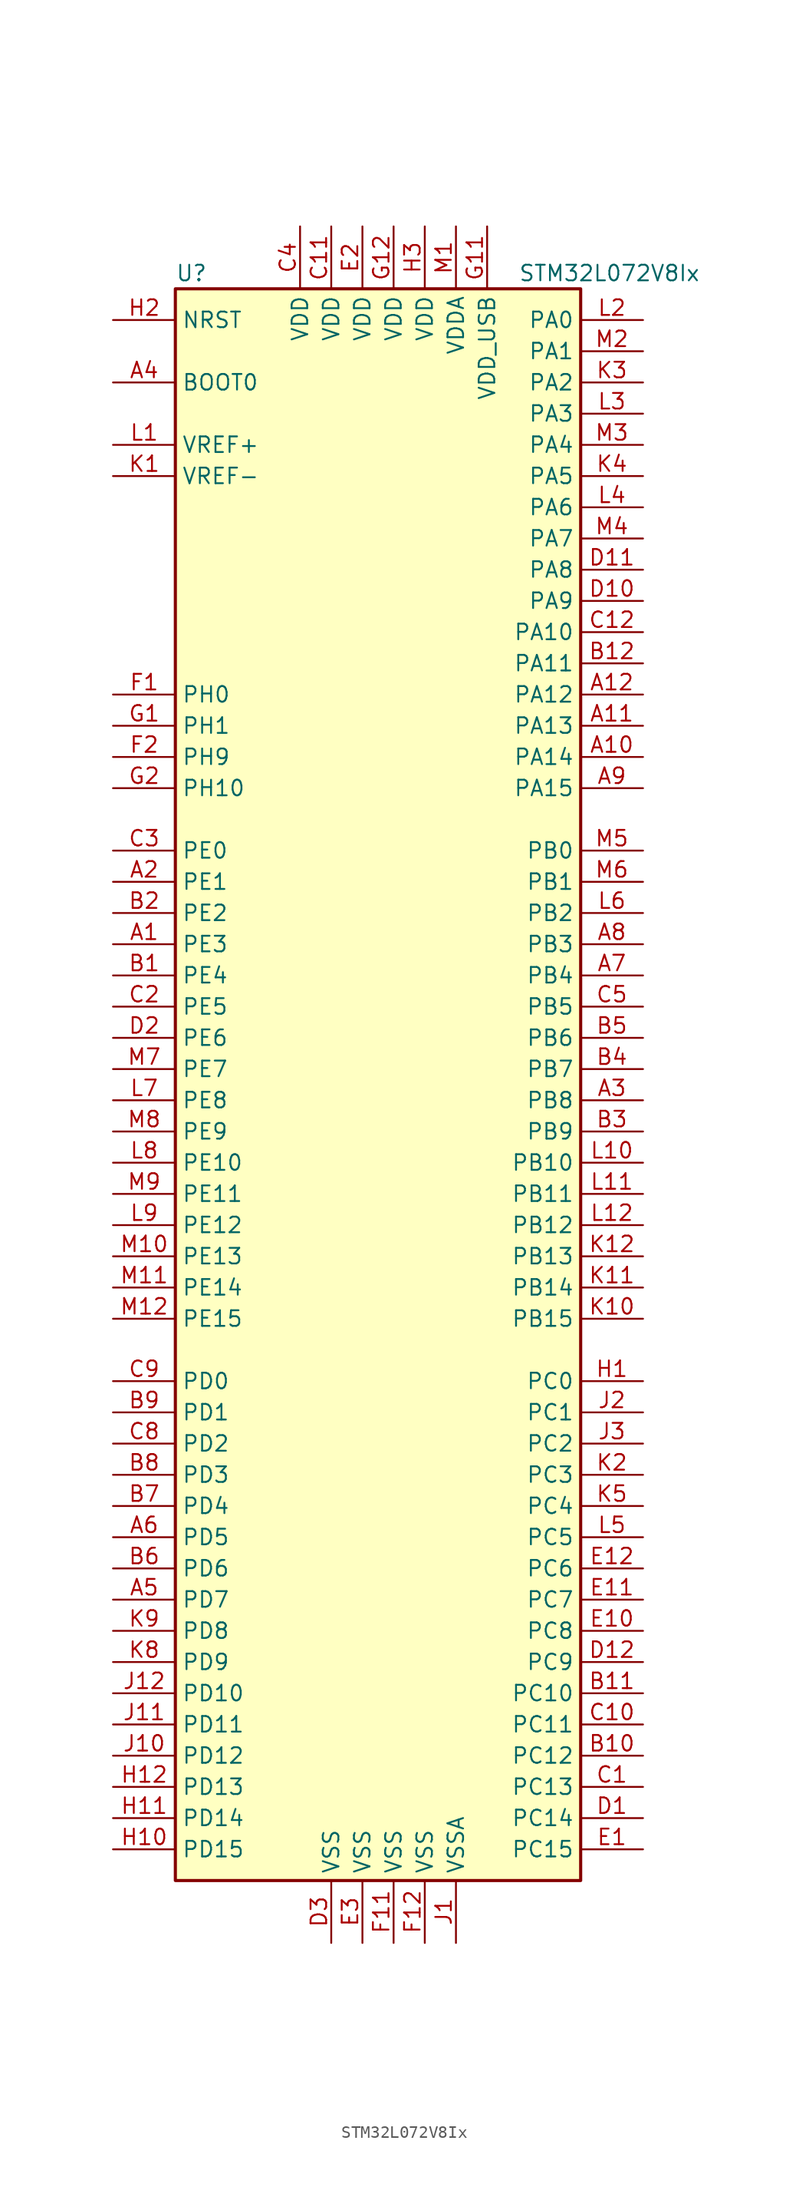
<source format=kicad_sym>
(kicad_symbol_lib
  (version 20201005)
  (generator kicad_symbol_editor)
  (symbol "MCU_ST_STM32L0:STM32L072V8Ix"
    (property "Reference" "U"
      (at -17.78 64.77 0)
      (effects (font (size 1.27 1.27)) (justify left)))
    (property "Value" "STM32L072V8Ix"
      (at 10.16 64.77 0)
      (effects (font (size 1.27 1.27)) (justify left)))
    (symbol "STM32L072V8Ix_0_1"
      (rectangle (start -17.78 -66.04) (end 15.24 63.5) (stroke (width 0.254)) (fill (type background))))
    (symbol "STM32L072V8Ix_1_1"
      (pin input line (at -22.86 55.88 0) (length 5.08) (name "BOOT0" (effects (font (size 1.27 1.27)))) (number "A4" (effects (font (size 1.27 1.27)))))
      (pin input line (at -22.86 60.96 0) (length 5.08) (name "NRST" (effects (font (size 1.27 1.27)))) (number "H2" (effects (font (size 1.27 1.27)))))
      (pin bidirectional line (at 20.32 60.96 180) (length 5.08) (name "PA0" (effects (font (size 1.27 1.27)))) (number "L2" (effects (font (size 1.27 1.27)))))
      (pin bidirectional line (at 20.32 58.42 180) (length 5.08) (name "PA1" (effects (font (size 1.27 1.27)))) (number "M2" (effects (font (size 1.27 1.27)))))
      (pin bidirectional line (at 20.32 35.56 180) (length 5.08) (name "PA10" (effects (font (size 1.27 1.27)))) (number "C12" (effects (font (size 1.27 1.27)))))
      (pin bidirectional line (at 20.32 33.02 180) (length 5.08) (name "PA11" (effects (font (size 1.27 1.27)))) (number "B12" (effects (font (size 1.27 1.27)))))
      (pin bidirectional line (at 20.32 30.48 180) (length 5.08) (name "PA12" (effects (font (size 1.27 1.27)))) (number "A12" (effects (font (size 1.27 1.27)))))
      (pin bidirectional line (at 20.32 27.94 180) (length 5.08) (name "PA13" (effects (font (size 1.27 1.27)))) (number "A11" (effects (font (size 1.27 1.27)))))
      (pin bidirectional line (at 20.32 25.4 180) (length 5.08) (name "PA14" (effects (font (size 1.27 1.27)))) (number "A10" (effects (font (size 1.27 1.27)))))
      (pin bidirectional line (at 20.32 22.86 180) (length 5.08) (name "PA15" (effects (font (size 1.27 1.27)))) (number "A9" (effects (font (size 1.27 1.27)))))
      (pin bidirectional line (at 20.32 55.88 180) (length 5.08) (name "PA2" (effects (font (size 1.27 1.27)))) (number "K3" (effects (font (size 1.27 1.27)))))
      (pin bidirectional line (at 20.32 53.34 180) (length 5.08) (name "PA3" (effects (font (size 1.27 1.27)))) (number "L3" (effects (font (size 1.27 1.27)))))
      (pin bidirectional line (at 20.32 50.8 180) (length 5.08) (name "PA4" (effects (font (size 1.27 1.27)))) (number "M3" (effects (font (size 1.27 1.27)))))
      (pin bidirectional line (at 20.32 48.26 180) (length 5.08) (name "PA5" (effects (font (size 1.27 1.27)))) (number "K4" (effects (font (size 1.27 1.27)))))
      (pin bidirectional line (at 20.32 45.72 180) (length 5.08) (name "PA6" (effects (font (size 1.27 1.27)))) (number "L4" (effects (font (size 1.27 1.27)))))
      (pin bidirectional line (at 20.32 43.18 180) (length 5.08) (name "PA7" (effects (font (size 1.27 1.27)))) (number "M4" (effects (font (size 1.27 1.27)))))
      (pin bidirectional line (at 20.32 40.64 180) (length 5.08) (name "PA8" (effects (font (size 1.27 1.27)))) (number "D11" (effects (font (size 1.27 1.27)))))
      (pin bidirectional line (at 20.32 38.1 180) (length 5.08) (name "PA9" (effects (font (size 1.27 1.27)))) (number "D10" (effects (font (size 1.27 1.27)))))
      (pin bidirectional line (at 20.32 17.78 180) (length 5.08) (name "PB0" (effects (font (size 1.27 1.27)))) (number "M5" (effects (font (size 1.27 1.27)))))
      (pin bidirectional line (at 20.32 15.24 180) (length 5.08) (name "PB1" (effects (font (size 1.27 1.27)))) (number "M6" (effects (font (size 1.27 1.27)))))
      (pin bidirectional line (at 20.32 -7.62 180) (length 5.08) (name "PB10" (effects (font (size 1.27 1.27)))) (number "L10" (effects (font (size 1.27 1.27)))))
      (pin bidirectional line (at 20.32 -10.16 180) (length 5.08) (name "PB11" (effects (font (size 1.27 1.27)))) (number "L11" (effects (font (size 1.27 1.27)))))
      (pin bidirectional line (at 20.32 -12.7 180) (length 5.08) (name "PB12" (effects (font (size 1.27 1.27)))) (number "L12" (effects (font (size 1.27 1.27)))))
      (pin bidirectional line (at 20.32 -15.24 180) (length 5.08) (name "PB13" (effects (font (size 1.27 1.27)))) (number "K12" (effects (font (size 1.27 1.27)))))
      (pin bidirectional line (at 20.32 -17.78 180) (length 5.08) (name "PB14" (effects (font (size 1.27 1.27)))) (number "K11" (effects (font (size 1.27 1.27)))))
      (pin bidirectional line (at 20.32 -20.32 180) (length 5.08) (name "PB15" (effects (font (size 1.27 1.27)))) (number "K10" (effects (font (size 1.27 1.27)))))
      (pin bidirectional line (at 20.32 12.7 180) (length 5.08) (name "PB2" (effects (font (size 1.27 1.27)))) (number "L6" (effects (font (size 1.27 1.27)))))
      (pin bidirectional line (at 20.32 10.16 180) (length 5.08) (name "PB3" (effects (font (size 1.27 1.27)))) (number "A8" (effects (font (size 1.27 1.27)))))
      (pin bidirectional line (at 20.32 7.62 180) (length 5.08) (name "PB4" (effects (font (size 1.27 1.27)))) (number "A7" (effects (font (size 1.27 1.27)))))
      (pin bidirectional line (at 20.32 5.08 180) (length 5.08) (name "PB5" (effects (font (size 1.27 1.27)))) (number "C5" (effects (font (size 1.27 1.27)))))
      (pin bidirectional line (at 20.32 2.54 180) (length 5.08) (name "PB6" (effects (font (size 1.27 1.27)))) (number "B5" (effects (font (size 1.27 1.27)))))
      (pin bidirectional line (at 20.32 0 180) (length 5.08) (name "PB7" (effects (font (size 1.27 1.27)))) (number "B4" (effects (font (size 1.27 1.27)))))
      (pin bidirectional line (at 20.32 -2.54 180) (length 5.08) (name "PB8" (effects (font (size 1.27 1.27)))) (number "A3" (effects (font (size 1.27 1.27)))))
      (pin bidirectional line (at 20.32 -5.08 180) (length 5.08) (name "PB9" (effects (font (size 1.27 1.27)))) (number "B3" (effects (font (size 1.27 1.27)))))
      (pin bidirectional line (at 20.32 -25.4 180) (length 5.08) (name "PC0" (effects (font (size 1.27 1.27)))) (number "H1" (effects (font (size 1.27 1.27)))))
      (pin bidirectional line (at 20.32 -27.94 180) (length 5.08) (name "PC1" (effects (font (size 1.27 1.27)))) (number "J2" (effects (font (size 1.27 1.27)))))
      (pin bidirectional line (at 20.32 -50.8 180) (length 5.08) (name "PC10" (effects (font (size 1.27 1.27)))) (number "B11" (effects (font (size 1.27 1.27)))))
      (pin bidirectional line (at 20.32 -53.34 180) (length 5.08) (name "PC11" (effects (font (size 1.27 1.27)))) (number "C10" (effects (font (size 1.27 1.27)))))
      (pin bidirectional line (at 20.32 -55.88 180) (length 5.08) (name "PC12" (effects (font (size 1.27 1.27)))) (number "B10" (effects (font (size 1.27 1.27)))))
      (pin bidirectional line (at 20.32 -58.42 180) (length 5.08) (name "PC13" (effects (font (size 1.27 1.27)))) (number "C1" (effects (font (size 1.27 1.27)))))
      (pin bidirectional line (at 20.32 -60.96 180) (length 5.08) (name "PC14" (effects (font (size 1.27 1.27)))) (number "D1" (effects (font (size 1.27 1.27)))))
      (pin bidirectional line (at 20.32 -63.5 180) (length 5.08) (name "PC15" (effects (font (size 1.27 1.27)))) (number "E1" (effects (font (size 1.27 1.27)))))
      (pin bidirectional line (at 20.32 -30.48 180) (length 5.08) (name "PC2" (effects (font (size 1.27 1.27)))) (number "J3" (effects (font (size 1.27 1.27)))))
      (pin bidirectional line (at 20.32 -33.02 180) (length 5.08) (name "PC3" (effects (font (size 1.27 1.27)))) (number "K2" (effects (font (size 1.27 1.27)))))
      (pin bidirectional line (at 20.32 -35.56 180) (length 5.08) (name "PC4" (effects (font (size 1.27 1.27)))) (number "K5" (effects (font (size 1.27 1.27)))))
      (pin bidirectional line (at 20.32 -38.1 180) (length 5.08) (name "PC5" (effects (font (size 1.27 1.27)))) (number "L5" (effects (font (size 1.27 1.27)))))
      (pin bidirectional line (at 20.32 -40.64 180) (length 5.08) (name "PC6" (effects (font (size 1.27 1.27)))) (number "E12" (effects (font (size 1.27 1.27)))))
      (pin bidirectional line (at 20.32 -43.18 180) (length 5.08) (name "PC7" (effects (font (size 1.27 1.27)))) (number "E11" (effects (font (size 1.27 1.27)))))
      (pin bidirectional line (at 20.32 -45.72 180) (length 5.08) (name "PC8" (effects (font (size 1.27 1.27)))) (number "E10" (effects (font (size 1.27 1.27)))))
      (pin bidirectional line (at 20.32 -48.26 180) (length 5.08) (name "PC9" (effects (font (size 1.27 1.27)))) (number "D12" (effects (font (size 1.27 1.27)))))
      (pin bidirectional line (at -22.86 -25.4 0) (length 5.08) (name "PD0" (effects (font (size 1.27 1.27)))) (number "C9" (effects (font (size 1.27 1.27)))))
      (pin bidirectional line (at -22.86 -27.94 0) (length 5.08) (name "PD1" (effects (font (size 1.27 1.27)))) (number "B9" (effects (font (size 1.27 1.27)))))
      (pin bidirectional line (at -22.86 -50.8 0) (length 5.08) (name "PD10" (effects (font (size 1.27 1.27)))) (number "J12" (effects (font (size 1.27 1.27)))))
      (pin bidirectional line (at -22.86 -53.34 0) (length 5.08) (name "PD11" (effects (font (size 1.27 1.27)))) (number "J11" (effects (font (size 1.27 1.27)))))
      (pin bidirectional line (at -22.86 -55.88 0) (length 5.08) (name "PD12" (effects (font (size 1.27 1.27)))) (number "J10" (effects (font (size 1.27 1.27)))))
      (pin bidirectional line (at -22.86 -58.42 0) (length 5.08) (name "PD13" (effects (font (size 1.27 1.27)))) (number "H12" (effects (font (size 1.27 1.27)))))
      (pin bidirectional line (at -22.86 -60.96 0) (length 5.08) (name "PD14" (effects (font (size 1.27 1.27)))) (number "H11" (effects (font (size 1.27 1.27)))))
      (pin bidirectional line (at -22.86 -63.5 0) (length 5.08) (name "PD15" (effects (font (size 1.27 1.27)))) (number "H10" (effects (font (size 1.27 1.27)))))
      (pin bidirectional line (at -22.86 -30.48 0) (length 5.08) (name "PD2" (effects (font (size 1.27 1.27)))) (number "C8" (effects (font (size 1.27 1.27)))))
      (pin bidirectional line (at -22.86 -33.02 0) (length 5.08) (name "PD3" (effects (font (size 1.27 1.27)))) (number "B8" (effects (font (size 1.27 1.27)))))
      (pin bidirectional line (at -22.86 -35.56 0) (length 5.08) (name "PD4" (effects (font (size 1.27 1.27)))) (number "B7" (effects (font (size 1.27 1.27)))))
      (pin bidirectional line (at -22.86 -38.1 0) (length 5.08) (name "PD5" (effects (font (size 1.27 1.27)))) (number "A6" (effects (font (size 1.27 1.27)))))
      (pin bidirectional line (at -22.86 -40.64 0) (length 5.08) (name "PD6" (effects (font (size 1.27 1.27)))) (number "B6" (effects (font (size 1.27 1.27)))))
      (pin bidirectional line (at -22.86 -43.18 0) (length 5.08) (name "PD7" (effects (font (size 1.27 1.27)))) (number "A5" (effects (font (size 1.27 1.27)))))
      (pin bidirectional line (at -22.86 -45.72 0) (length 5.08) (name "PD8" (effects (font (size 1.27 1.27)))) (number "K9" (effects (font (size 1.27 1.27)))))
      (pin bidirectional line (at -22.86 -48.26 0) (length 5.08) (name "PD9" (effects (font (size 1.27 1.27)))) (number "K8" (effects (font (size 1.27 1.27)))))
      (pin bidirectional line (at -22.86 17.78 0) (length 5.08) (name "PE0" (effects (font (size 1.27 1.27)))) (number "C3" (effects (font (size 1.27 1.27)))))
      (pin bidirectional line (at -22.86 15.24 0) (length 5.08) (name "PE1" (effects (font (size 1.27 1.27)))) (number "A2" (effects (font (size 1.27 1.27)))))
      (pin bidirectional line (at -22.86 -7.62 0) (length 5.08) (name "PE10" (effects (font (size 1.27 1.27)))) (number "L8" (effects (font (size 1.27 1.27)))))
      (pin bidirectional line (at -22.86 -10.16 0) (length 5.08) (name "PE11" (effects (font (size 1.27 1.27)))) (number "M9" (effects (font (size 1.27 1.27)))))
      (pin bidirectional line (at -22.86 -12.7 0) (length 5.08) (name "PE12" (effects (font (size 1.27 1.27)))) (number "L9" (effects (font (size 1.27 1.27)))))
      (pin bidirectional line (at -22.86 -15.24 0) (length 5.08) (name "PE13" (effects (font (size 1.27 1.27)))) (number "M10" (effects (font (size 1.27 1.27)))))
      (pin bidirectional line (at -22.86 -17.78 0) (length 5.08) (name "PE14" (effects (font (size 1.27 1.27)))) (number "M11" (effects (font (size 1.27 1.27)))))
      (pin bidirectional line (at -22.86 -20.32 0) (length 5.08) (name "PE15" (effects (font (size 1.27 1.27)))) (number "M12" (effects (font (size 1.27 1.27)))))
      (pin bidirectional line (at -22.86 12.7 0) (length 5.08) (name "PE2" (effects (font (size 1.27 1.27)))) (number "B2" (effects (font (size 1.27 1.27)))))
      (pin bidirectional line (at -22.86 10.16 0) (length 5.08) (name "PE3" (effects (font (size 1.27 1.27)))) (number "A1" (effects (font (size 1.27 1.27)))))
      (pin bidirectional line (at -22.86 7.62 0) (length 5.08) (name "PE4" (effects (font (size 1.27 1.27)))) (number "B1" (effects (font (size 1.27 1.27)))))
      (pin bidirectional line (at -22.86 5.08 0) (length 5.08) (name "PE5" (effects (font (size 1.27 1.27)))) (number "C2" (effects (font (size 1.27 1.27)))))
      (pin bidirectional line (at -22.86 2.54 0) (length 5.08) (name "PE6" (effects (font (size 1.27 1.27)))) (number "D2" (effects (font (size 1.27 1.27)))))
      (pin bidirectional line (at -22.86 0 0) (length 5.08) (name "PE7" (effects (font (size 1.27 1.27)))) (number "M7" (effects (font (size 1.27 1.27)))))
      (pin bidirectional line (at -22.86 -2.54 0) (length 5.08) (name "PE8" (effects (font (size 1.27 1.27)))) (number "L7" (effects (font (size 1.27 1.27)))))
      (pin bidirectional line (at -22.86 -5.08 0) (length 5.08) (name "PE9" (effects (font (size 1.27 1.27)))) (number "M8" (effects (font (size 1.27 1.27)))))
      (pin input line (at -22.86 30.48 0) (length 5.08) (name "PH0" (effects (font (size 1.27 1.27)))) (number "F1" (effects (font (size 1.27 1.27)))))
      (pin input line (at -22.86 27.94 0) (length 5.08) (name "PH1" (effects (font (size 1.27 1.27)))) (number "G1" (effects (font (size 1.27 1.27)))))
      (pin bidirectional line (at -22.86 22.86 0) (length 5.08) (name "PH10" (effects (font (size 1.27 1.27)))) (number "G2" (effects (font (size 1.27 1.27)))))
      (pin bidirectional line (at -22.86 25.4 0) (length 5.08) (name "PH9" (effects (font (size 1.27 1.27)))) (number "F2" (effects (font (size 1.27 1.27)))))
      (pin power_in line (at -5.08 68.58 270) (length 5.08) (name "VDD" (effects (font (size 1.27 1.27)))) (number "C11" (effects (font (size 1.27 1.27)))))
      (pin power_in line (at -7.62 68.58 270) (length 5.08) (name "VDD" (effects (font (size 1.27 1.27)))) (number "C4" (effects (font (size 1.27 1.27)))))
      (pin power_in line (at -2.54 68.58 270) (length 5.08) (name "VDD" (effects (font (size 1.27 1.27)))) (number "E2" (effects (font (size 1.27 1.27)))))
      (pin power_in line (at 0 68.58 270) (length 5.08) (name "VDD" (effects (font (size 1.27 1.27)))) (number "G12" (effects (font (size 1.27 1.27)))))
      (pin power_in line (at 2.54 68.58 270) (length 5.08) (name "VDD" (effects (font (size 1.27 1.27)))) (number "H3" (effects (font (size 1.27 1.27)))))
      (pin power_in line (at 5.08 68.58 270) (length 5.08) (name "VDDA" (effects (font (size 1.27 1.27)))) (number "M1" (effects (font (size 1.27 1.27)))))
      (pin power_in line (at 7.62 68.58 270) (length 5.08) (name "VDD_USB" (effects (font (size 1.27 1.27)))) (number "G11" (effects (font (size 1.27 1.27)))))
      (pin power_in line (at -22.86 50.8 0) (length 5.08) (name "VREF+" (effects (font (size 1.27 1.27)))) (number "L1" (effects (font (size 1.27 1.27)))))
      (pin power_in line (at -22.86 48.26 0) (length 5.08) (name "VREF-" (effects (font (size 1.27 1.27)))) (number "K1" (effects (font (size 1.27 1.27)))))
      (pin power_in line (at -5.08 -71.12 90) (length 5.08) (name "VSS" (effects (font (size 1.27 1.27)))) (number "D3" (effects (font (size 1.27 1.27)))))
      (pin power_in line (at -2.54 -71.12 90) (length 5.08) (name "VSS" (effects (font (size 1.27 1.27)))) (number "E3" (effects (font (size 1.27 1.27)))))
      (pin power_in line (at 0 -71.12 90) (length 5.08) (name "VSS" (effects (font (size 1.27 1.27)))) (number "F11" (effects (font (size 1.27 1.27)))))
      (pin power_in line (at 2.54 -71.12 90) (length 5.08) (name "VSS" (effects (font (size 1.27 1.27)))) (number "F12" (effects (font (size 1.27 1.27)))))
      (pin power_in line (at 5.08 -71.12 90) (length 5.08) (name "VSSA" (effects (font (size 1.27 1.27)))) (number "J1" (effects (font (size 1.27 1.27))))))))
</source>
